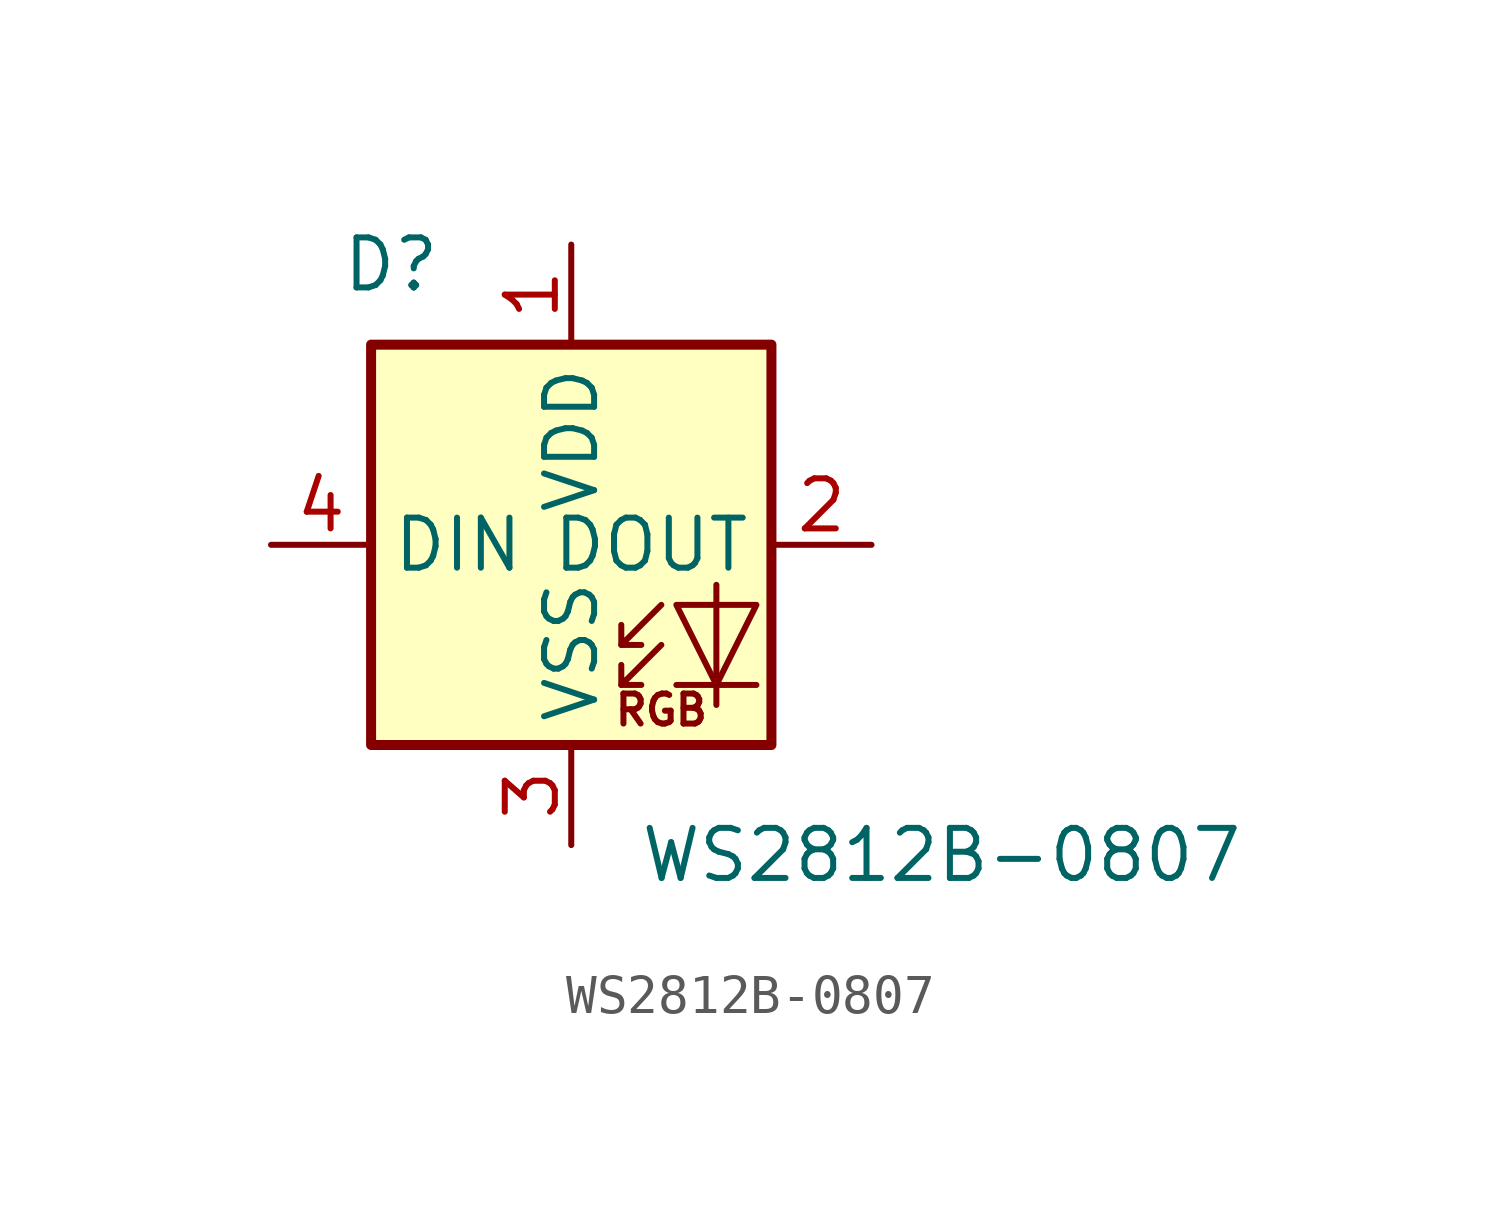
<source format=kicad_sym>
(kicad_symbol_lib
  (version 20241209)
  (generator "kicad_symbol_editor")
  (generator_version "9.0")
  (symbol "WS2812B-0807"
    (property "Reference" "D"
      (at 3.048 7.112 0)
      (effects (font (size 1.27 1.27))))
    (property "Value" "WS2812B-0807"
      (at 17.018 -7.874 0)
      (effects (font (size 1.27 1.27))))
    (symbol "WS2812B-0807_0_0"
      (text "RGB" (at 9.906 -4.191 0) (effects (font (size 0.762 0.762)))))
    (symbol "WS2812B-0807_0_1"
      (rectangle (start 2.54 5.08) (end 12.7 -5.08) (stroke (width 0.254) (type default)) (fill (type background)))
      (polyline (pts (xy 8.89 -2.54) (xy 9.398 -2.54)) (stroke (width 0) (type default)) (fill (type none)))
      (polyline (pts (xy 8.89 -3.556) (xy 9.398 -3.556)) (stroke (width 0) (type default)) (fill (type none)))
      (polyline (pts (xy 9.906 -1.524) (xy 8.89 -2.54) (xy 8.89 -2.032)) (stroke (width 0) (type default)) (fill (type none)))
      (polyline (pts (xy 9.906 -2.54) (xy 8.89 -3.556) (xy 8.89 -3.048)) (stroke (width 0) (type default)) (fill (type none)))
      (polyline (pts (xy 11.303 -1.016) (xy 11.303 -3.556) (xy 11.303 -4.064)) (stroke (width 0) (type default)) (fill (type none)))
      (polyline (pts (xy 12.319 -1.524) (xy 10.287 -1.524) (xy 11.303 -3.556) (xy 12.319 -1.524)) (stroke (width 0) (type default)) (fill (type none)))
      (polyline (pts (xy 12.319 -3.556) (xy 10.287 -3.556)) (stroke (width 0) (type default)) (fill (type none))))
    (symbol "WS2812B-0807_1_1"
      (pin input line (at 0 0 0) (length 2.54) (name "DIN" (effects (font (size 1.27 1.27)))) (number "4" (effects (font (size 1.27 1.27)))))
      (pin power_in line (at 7.62 7.62 270) (length 2.54) (name "VDD" (effects (font (size 1.27 1.27)))) (number "1" (effects (font (size 1.27 1.27)))))
      (pin power_in line (at 7.62 -7.62 90) (length 2.54) (name "VSS" (effects (font (size 1.27 1.27)))) (number "3" (effects (font (size 1.27 1.27)))))
      (pin output line (at 15.24 0 180) (length 2.54) (name "DOUT" (effects (font (size 1.27 1.27)))) (number "2" (effects (font (size 1.27 1.27))))))))
</source>
